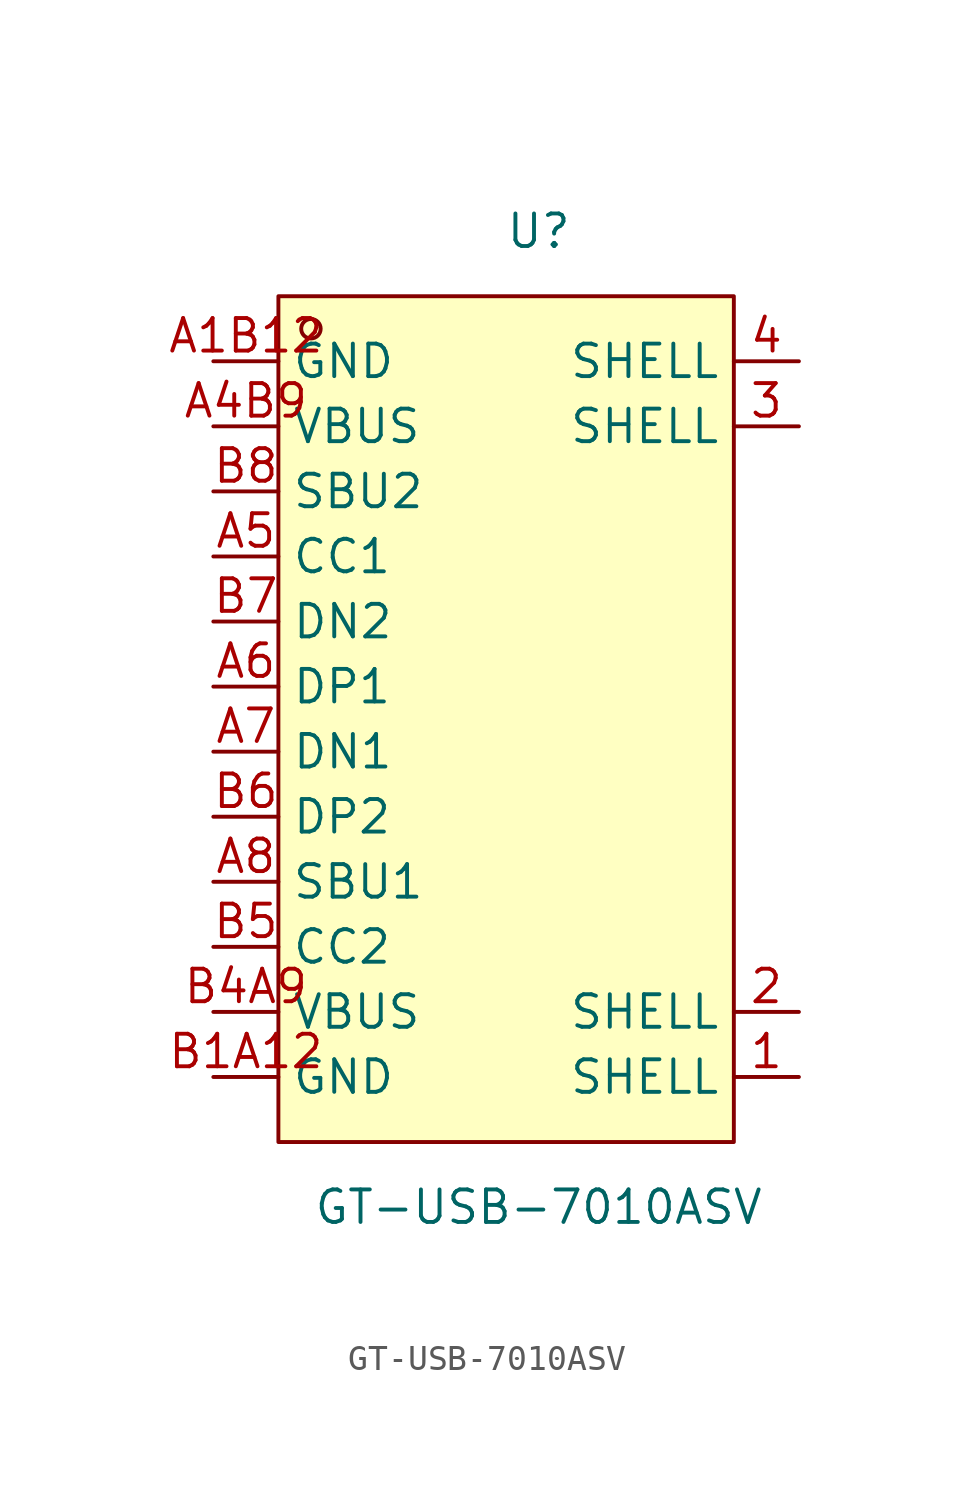
<source format=kicad_sym>
(kicad_symbol_lib
  (version 20220914)
  (generator kicad_symbol_editor)
  (symbol "GT-USB-7010ASV"
    (property "Reference" "U"
      (at 0 20.32 0)
      (effects (font (size 1.27 1.27))))
    (property "Value" "GT-USB-7010ASV"
      (at 0 -17.78 0)
      (effects (font (size 1.27 1.27))))
    (symbol "GT-USB-7010ASV_0_1"
      (rectangle (start -10.16 17.78) (end 7.62 -15.24) (stroke (width 0) (type default)) (fill (type background)))
      (circle (center -8.89 16.51) (radius 0.38) (stroke (width 0) (type default)) (fill (type none))))
    (symbol "GT-USB-7010ASV_1_1"
      (pin passive line (at 10.16 -12.7 180) (length 2.54) (name "SHELL" (effects (font (size 1.27 1.27)))) (number "1" (effects (font (size 1.27 1.27)))))
      (pin passive line (at 10.16 -10.16 180) (length 2.54) (name "SHELL" (effects (font (size 1.27 1.27)))) (number "2" (effects (font (size 1.27 1.27)))))
      (pin passive line (at 10.16 12.7 180) (length 2.54) (name "SHELL" (effects (font (size 1.27 1.27)))) (number "3" (effects (font (size 1.27 1.27)))))
      (pin passive line (at 10.16 15.24 180) (length 2.54) (name "SHELL" (effects (font (size 1.27 1.27)))) (number "4" (effects (font (size 1.27 1.27)))))
      (pin passive line (at -12.7 15.24 0) (length 2.54) (name "GND" (effects (font (size 1.27 1.27)))) (number "A1B12" (effects (font (size 1.27 1.27)))))
      (pin passive line (at -12.7 12.7 0) (length 2.54) (name "VBUS" (effects (font (size 1.27 1.27)))) (number "A4B9" (effects (font (size 1.27 1.27)))))
      (pin bidirectional line (at -12.7 7.62 0) (length 2.54) (name "CC1" (effects (font (size 1.27 1.27)))) (number "A5" (effects (font (size 1.27 1.27)))))
      (pin bidirectional line (at -12.7 2.54 0) (length 2.54) (name "DP1" (effects (font (size 1.27 1.27)))) (number "A6" (effects (font (size 1.27 1.27)))))
      (pin bidirectional line (at -12.7 0 0) (length 2.54) (name "DN1" (effects (font (size 1.27 1.27)))) (number "A7" (effects (font (size 1.27 1.27)))))
      (pin bidirectional line (at -12.7 -5.08 0) (length 2.54) (name "SBU1" (effects (font (size 1.27 1.27)))) (number "A8" (effects (font (size 1.27 1.27)))))
      (pin passive line (at -12.7 -12.7 0) (length 2.54) (name "GND" (effects (font (size 1.27 1.27)))) (number "B1A12" (effects (font (size 1.27 1.27)))))
      (pin passive line (at -12.7 -10.16 0) (length 2.54) (name "VBUS" (effects (font (size 1.27 1.27)))) (number "B4A9" (effects (font (size 1.27 1.27)))))
      (pin bidirectional line (at -12.7 -7.62 0) (length 2.54) (name "CC2" (effects (font (size 1.27 1.27)))) (number "B5" (effects (font (size 1.27 1.27)))))
      (pin bidirectional line (at -12.7 -2.54 0) (length 2.54) (name "DP2" (effects (font (size 1.27 1.27)))) (number "B6" (effects (font (size 1.27 1.27)))))
      (pin bidirectional line (at -12.7 5.08 0) (length 2.54) (name "DN2" (effects (font (size 1.27 1.27)))) (number "B7" (effects (font (size 1.27 1.27)))))
      (pin bidirectional line (at -12.7 10.16 0) (length 2.54) (name "SBU2" (effects (font (size 1.27 1.27)))) (number "B8" (effects (font (size 1.27 1.27))))))))
</source>
